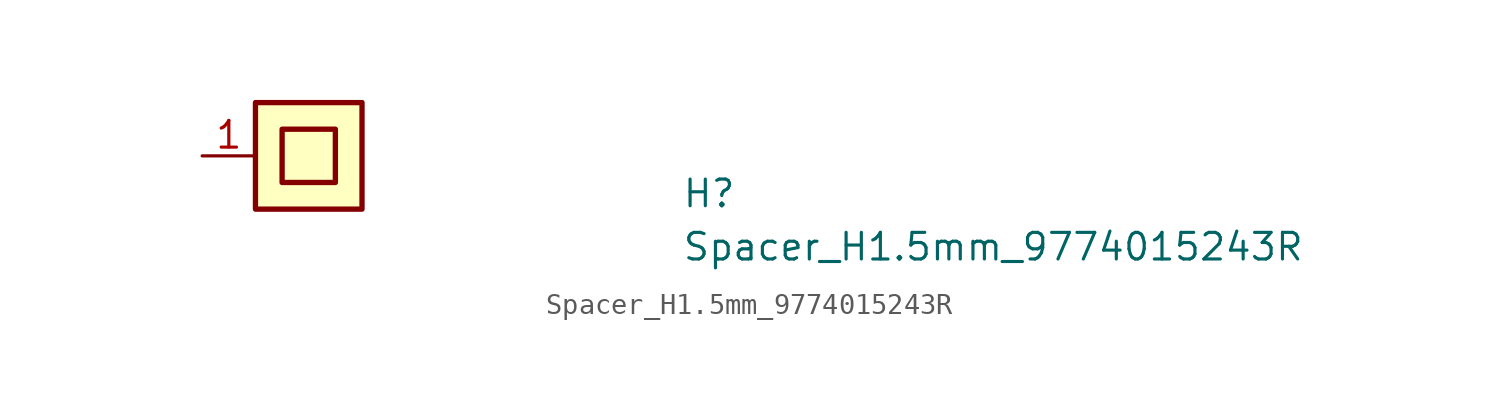
<source format=kicad_sym>
(kicad_symbol_lib
  (version 20211014)
  (generator kicad_symbol_editor)
  (symbol "Spacer_H1.5mm_9774015243R"
    (property "Reference" "H"
      (at 22.86 -2.54 0)
      (effects (font (size 1.27 1.27) (thickness 0.15)) (justify left bottom)))
    (property "Value" "Spacer_H1.5mm_9774015243R"
      (at 22.86 -5.08 0)
      (effects (font (size 1.27 1.27) (thickness 0.15)) (justify left bottom)))
    (symbol "Spacer_H1.5mm_9774015243R_1_1"
      (rectangle (start 2.54 -2.54) (end 7.62 2.54) (stroke (width 0.254) (type default) (color 0 0 0 0)) (fill (type background)))
      (rectangle (start 3.81 -1.27) (end 6.35 1.27) (stroke (width 0.254) (type default) (color 0 0 0 0)) (fill (type background)))
      (pin passive line (at 0 0 0) (length 2.54) (name "~" (effects (font (size 1.27 1.27)))) (number "1" (effects (font (size 1.27 1.27))))))))
</source>
